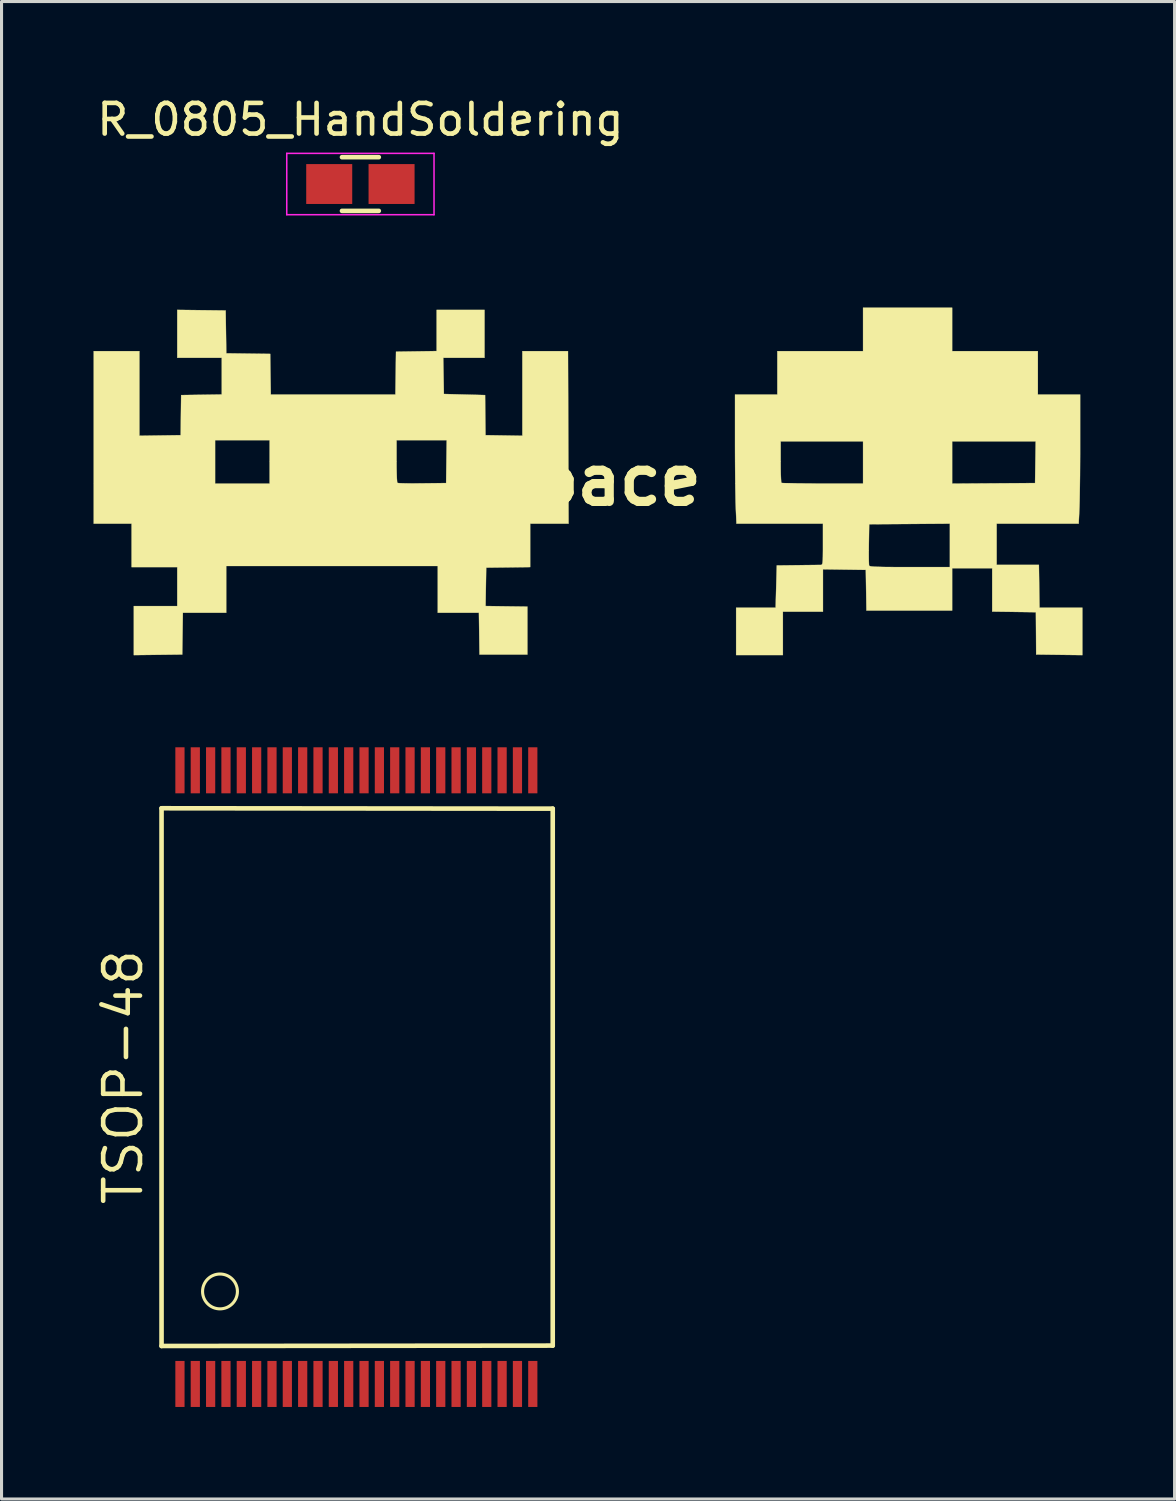
<source format=kicad_pcb>
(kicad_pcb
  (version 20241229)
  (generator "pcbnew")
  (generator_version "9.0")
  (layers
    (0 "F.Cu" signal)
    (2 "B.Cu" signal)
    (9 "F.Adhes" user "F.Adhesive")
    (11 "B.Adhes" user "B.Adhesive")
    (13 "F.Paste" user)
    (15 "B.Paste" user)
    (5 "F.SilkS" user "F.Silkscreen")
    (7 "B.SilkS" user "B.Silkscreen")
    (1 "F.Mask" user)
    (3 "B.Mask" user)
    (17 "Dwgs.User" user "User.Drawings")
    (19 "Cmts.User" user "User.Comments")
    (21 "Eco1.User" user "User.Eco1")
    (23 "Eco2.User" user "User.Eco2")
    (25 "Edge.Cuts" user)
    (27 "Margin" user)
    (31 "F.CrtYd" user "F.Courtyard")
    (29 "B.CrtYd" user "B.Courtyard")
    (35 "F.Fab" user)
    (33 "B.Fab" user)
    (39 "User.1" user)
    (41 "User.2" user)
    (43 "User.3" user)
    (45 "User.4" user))
  (footprint "space"
    (layer "F.Cu")
    (at 16.479 12.603)
    (property "Reference" "space" (at 0 0 0) (layer "F.SilkS") (effects (font (size 1.524 1.524) (thickness 0.3))))
    (attr through_hole)
    (fp_poly (pts (xy -12.174 -5.534) (xy -12.164 -4.836) (xy -12.154 -4.138) (xy -10.722 -4.118) (xy -10.713 -3.456) (xy -10.703 -2.794) (xy -6.642 -2.794) (xy -6.632 -3.493) (xy -6.622 -4.191) (xy -5.96 -4.201) (xy -5.298 -4.211) (xy -5.298 -5.552) (xy -3.737 -5.552) (xy -3.737 -3.991) (xy -5.082 -3.991) (xy -5.062 -2.812) (xy -3.719 -2.776) (xy -3.712 -2.123) (xy -3.705 -1.47) (xy -3.104 -1.46) (xy -2.504 -1.45) (xy -2.504 -4.209) (xy -1.017 -4.209) (xy -1.007 -1.397) (xy -0.998 1.415) (xy -1.624 1.415) (xy -2.25 1.415) (xy -2.25 2.829) (xy -2.966 2.839) (xy -3.683 2.848) (xy -3.693 3.474) (xy -3.703 4.099) (xy -3.022 4.109) (xy -2.34 4.118) (xy -2.34 5.679) (xy -3.901 5.679) (xy -3.92 4.318) (xy -5.261 4.318) (xy -5.261 2.794) (xy -12.156 2.794) (xy -12.156 4.318) (xy -13.569 4.318) (xy -13.579 4.998) (xy -13.589 5.679) (xy -15.167 5.698) (xy -15.167 4.1) (xy -13.752 4.1) (xy -13.752 2.83) (xy -15.24 2.83) (xy -15.24 1.415) (xy -16.474 1.415) (xy -16.474 -1.306) (xy -12.519 -1.306) (xy -12.519 0.109) (xy -10.741 0.109) (xy -10.741 -1.306) (xy -6.604 -1.306) (xy -6.604 -0.623) (xy -6.603 -0.407) (xy -6.599 -0.217) (xy -6.594 -0.063) (xy -6.587 0.041) (xy -6.579 0.085) (xy -6.579 0.085) (xy -6.537 0.092) (xy -6.433 0.097) (xy -6.279 0.101) (xy -6.084 0.102) (xy -5.861 0.101) (xy -5.772 0.1) (xy -4.989 0.091) (xy -4.97 -1.306) (xy -6.604 -1.306) (xy -10.741 -1.306) (xy -12.519 -1.306) (xy -16.474 -1.306) (xy -16.474 -4.209) (xy -14.986 -4.209) (xy -14.986 -1.45) (xy -14.313 -1.46) (xy -13.64 -1.47) (xy -13.633 -2.123) (xy -13.625 -2.776) (xy -12.301 -2.796) (xy -12.301 -3.991) (xy -13.752 -3.991) (xy -13.752 -5.553) (xy -12.174 -5.534)) (stroke (width 0.01) (type solid)) (fill yes) (layer "F.SilkS"))
    (fp_poly (pts (xy 11.503 -4.209) (xy 14.297 -4.209) (xy 14.297 -2.794) (xy 15.675 -2.794) (xy 15.675 -1.206) (xy 15.675 -0.85) (xy 15.673 -0.497) (xy 15.671 -0.157) (xy 15.667 0.158) (xy 15.663 0.437) (xy 15.659 0.67) (xy 15.654 0.846) (xy 15.652 0.898) (xy 15.628 1.415) (xy 12.954 1.415) (xy 12.954 2.758) (xy 14.331 2.758) (xy 14.351 4.155) (xy 15.748 4.155) (xy 15.748 4.927) (xy 15.748 5.698) (xy 14.995 5.689) (xy 14.242 5.679) (xy 14.238 4.989) (xy 14.233 4.3) (xy 13.521 4.29) (xy 12.809 4.28) (xy 12.809 2.867) (xy 11.503 2.867) (xy 11.503 4.245) (xy 8.71 4.245) (xy 8.69 2.921) (xy 7.293 2.901) (xy 7.293 4.282) (xy 5.987 4.282) (xy 5.987 5.697) (xy 4.463 5.697) (xy 4.463 4.926) (xy 4.463 4.155) (xy 5.751 4.155) (xy 5.769 3.465) (xy 5.788 2.776) (xy 6.477 2.768) (xy 6.697 2.765) (xy 6.895 2.763) (xy 7.058 2.761) (xy 7.174 2.76) (xy 7.23 2.759) (xy 7.23 2.759) (xy 7.252 2.753) (xy 7.269 2.731) (xy 7.28 2.682) (xy 7.287 2.597) (xy 7.291 2.486) (xy 8.787 2.486) (xy 8.789 2.639) (xy 8.793 2.743) (xy 8.797 2.784) (xy 8.817 2.796) (xy 8.867 2.807) (xy 8.956 2.815) (xy 9.088 2.821) (xy 9.27 2.826) (xy 9.507 2.828) (xy 9.806 2.83) (xy 10.123 2.83) (xy 11.43 2.83) (xy 11.43 1.414) (xy 10.115 1.424) (xy 8.799 1.433) (xy 8.789 2.085) (xy 8.787 2.298) (xy 8.787 2.486) (xy 7.291 2.486) (xy 7.291 2.466) (xy 7.293 2.28) (xy 7.293 2.086) (xy 7.293 1.415) (xy 4.474 1.415) (xy 4.451 0.865) (xy 4.445 0.706) (xy 4.441 0.486) (xy 4.436 0.217) (xy 4.433 -0.092) (xy 4.43 -0.427) (xy 4.428 -0.778) (xy 4.427 -1.134) (xy 4.427 -1.239) (xy 4.427 -1.27) (xy 5.915 -1.27) (xy 5.915 -0.605) (xy 5.916 -0.392) (xy 5.919 -0.205) (xy 5.925 -0.055) (xy 5.931 0.046) (xy 5.939 0.085) (xy 5.979 0.09) (xy 6.084 0.095) (xy 6.245 0.1) (xy 6.454 0.104) (xy 6.702 0.106) (xy 6.982 0.108) (xy 7.281 0.109) (xy 8.6 0.109) (xy 8.6 -1.27) (xy 11.503 -1.27) (xy 11.503 0.11) (xy 12.854 0.1) (xy 14.206 0.091) (xy 14.216 -0.59) (xy 14.226 -1.27) (xy 11.503 -1.27) (xy 8.6 -1.27) (xy 5.915 -1.27) (xy 4.427 -1.27) (xy 4.427 -2.794) (xy 5.806 -2.794) (xy 5.806 -4.209) (xy 8.6 -4.209) (xy 8.6 -5.624) (xy 11.503 -5.624) (xy 11.503 -4.209)) (stroke (width 0.01) (type solid)) (fill yes) (layer "F.SilkS")))
  (footprint "R_0805_HandSoldering"
    (layer "F.Cu")
    (at 8.696 2.948)
    (property "Reference" "R_0805_HandSoldering" (at 0 -2.1 0) (layer "F.SilkS") (effects (font (size 1 1) (thickness 0.15))))
    (attr smd)
    (fp_line (start -0.6 -0.875) (end 0.6 -0.875) (stroke (width 0.15) (type solid)) (layer "F.SilkS"))
    (fp_line (start 0.6 0.875) (end -0.6 0.875) (stroke (width 0.15) (type solid)) (layer "F.SilkS"))
    (fp_line (start -2.4 -1) (end -2.4 1) (stroke (width 0.05) (type solid)) (layer "F.CrtYd"))
    (fp_line (start -2.4 -1) (end 2.4 -1) (stroke (width 0.05) (type solid)) (layer "F.CrtYd"))
    (fp_line (start -2.4 1) (end 2.4 1) (stroke (width 0.05) (type solid)) (layer "F.CrtYd"))
    (fp_line (start 2.4 -1) (end 2.4 1) (stroke (width 0.05) (type solid)) (layer "F.CrtYd"))
    (pad "1" smd rect (at -1.016 0) (size 1.5 1.3) (layers "F.Cu" "F.Mask" "F.Paste"))
    (pad "2" smd rect (at 1.016 0) (size 1.5 1.3) (layers "F.Cu" "F.Mask" "F.Paste")))
  (footprint "TSOP-48"
    (layer "F.Cu")
    (at 8.565 32.056)
    (property "Reference" "TSOP-48" (at -7.6 0 90) (layer "F.SilkS") (effects (font (size 1.2 1.2) (thickness 0.15))))
    (attr through_hole)
    (fp_line (start -6.35 -8.763) (end -6.35 8.763) (stroke (width 0.15) (type solid)) (layer "F.SilkS"))
    (fp_line (start -6.35 8.763) (end 6.4 8.75) (stroke (width 0.15) (type solid)) (layer "F.SilkS"))
    (fp_line (start 6.4 -8.75) (end -6.35 -8.763) (stroke (width 0.15) (type solid)) (layer "F.SilkS"))
    (fp_line (start 6.4 8.75) (end 6.4 -8.75) (stroke (width 0.15) (type solid)) (layer "F.SilkS"))
    (fp_circle (center -4.445 6.985) (end -4.191 6.477) (stroke (width 0.1) (type solid)) (fill no) (layer "F.SilkS"))
    (pad "1" smd rect (at -5.75 10) (size 0.3 1.5) (layers "F.Cu" "F.Mask" "F.Paste"))
    (pad "2" smd rect (at -5.25 10) (size 0.3 1.5) (layers "F.Cu" "F.Mask" "F.Paste"))
    (pad "3" smd rect (at -4.75 10) (size 0.3 1.5) (layers "F.Cu" "F.Mask" "F.Paste"))
    (pad "4" smd rect (at -4.25 10) (size 0.3 1.5) (layers "F.Cu" "F.Mask" "F.Paste"))
    (pad "5" smd rect (at -3.75 10) (size 0.3 1.5) (layers "F.Cu" "F.Mask" "F.Paste"))
    (pad "6" smd rect (at -3.25 10) (size 0.3 1.5) (layers "F.Cu" "F.Mask" "F.Paste"))
    (pad "7" smd rect (at -2.75 10) (size 0.3 1.5) (layers "F.Cu" "F.Mask" "F.Paste"))
    (pad "8" smd rect (at -2.25 10) (size 0.3 1.5) (layers "F.Cu" "F.Mask" "F.Paste"))
    (pad "9" smd rect (at -1.75 10) (size 0.3 1.5) (layers "F.Cu" "F.Mask" "F.Paste"))
    (pad "10" smd rect (at -1.25 10) (size 0.3 1.5) (layers "F.Cu" "F.Mask" "F.Paste"))
    (pad "11" smd rect (at -0.75 10) (size 0.3 1.5) (layers "F.Cu" "F.Mask" "F.Paste"))
    (pad "12" smd rect (at -0.25 10) (size 0.3 1.5) (layers "F.Cu" "F.Mask" "F.Paste"))
    (pad "13" smd rect (at 0.25 10) (size 0.3 1.5) (layers "F.Cu" "F.Mask" "F.Paste"))
    (pad "14" smd rect (at 0.75 10) (size 0.3 1.5) (layers "F.Cu" "F.Mask" "F.Paste"))
    (pad "15" smd rect (at 1.25 10) (size 0.3 1.5) (layers "F.Cu" "F.Mask" "F.Paste"))
    (pad "16" smd rect (at 1.75 10) (size 0.3 1.5) (layers "F.Cu" "F.Mask" "F.Paste"))
    (pad "17" smd rect (at 2.25 10) (size 0.3 1.5) (layers "F.Cu" "F.Mask" "F.Paste"))
    (pad "18" smd rect (at 2.75 10) (size 0.3 1.5) (layers "F.Cu" "F.Mask" "F.Paste"))
    (pad "19" smd rect (at 3.25 10) (size 0.3 1.5) (layers "F.Cu" "F.Mask" "F.Paste"))
    (pad "20" smd rect (at 3.75 10) (size 0.3 1.5) (layers "F.Cu" "F.Mask" "F.Paste"))
    (pad "21" smd rect (at 4.25 10) (size 0.3 1.5) (layers "F.Cu" "F.Mask" "F.Paste"))
    (pad "22" smd rect (at 4.75 10) (size 0.3 1.5) (layers "F.Cu" "F.Mask" "F.Paste"))
    (pad "23" smd rect (at 5.25 10) (size 0.3 1.5) (layers "F.Cu" "F.Mask" "F.Paste"))
    (pad "24" smd rect (at 5.75 10) (size 0.3 1.5) (layers "F.Cu" "F.Mask" "F.Paste"))
    (pad "25" smd rect (at 5.75 -10) (size 0.3 1.5) (layers "F.Cu" "F.Mask" "F.Paste"))
    (pad "26" smd rect (at 5.25 -10) (size 0.3 1.5) (layers "F.Cu" "F.Mask" "F.Paste"))
    (pad "27" smd rect (at 4.75 -10) (size 0.3 1.5) (layers "F.Cu" "F.Mask" "F.Paste"))
    (pad "28" smd rect (at 4.25 -10) (size 0.3 1.5) (layers "F.Cu" "F.Mask" "F.Paste"))
    (pad "29" smd rect (at 3.75 -10) (size 0.3 1.5) (layers "F.Cu" "F.Mask" "F.Paste"))
    (pad "30" smd rect (at 3.25 -10) (size 0.3 1.5) (layers "F.Cu" "F.Mask" "F.Paste"))
    (pad "31" smd rect (at 2.75 -10) (size 0.3 1.5) (layers "F.Cu" "F.Mask" "F.Paste"))
    (pad "32" smd rect (at 2.25 -10) (size 0.3 1.5) (layers "F.Cu" "F.Mask" "F.Paste"))
    (pad "33" smd rect (at 1.75 -10) (size 0.3 1.5) (layers "F.Cu" "F.Mask" "F.Paste"))
    (pad "34" smd rect (at 1.25 -10) (size 0.3 1.5) (layers "F.Cu" "F.Mask" "F.Paste"))
    (pad "35" smd rect (at 0.75 -10) (size 0.3 1.5) (layers "F.Cu" "F.Mask" "F.Paste"))
    (pad "36" smd rect (at 0.25 -10) (size 0.3 1.5) (layers "F.Cu" "F.Mask" "F.Paste"))
    (pad "37" smd rect (at -0.25 -10) (size 0.3 1.5) (layers "F.Cu" "F.Mask" "F.Paste"))
    (pad "38" smd rect (at -0.75 -10) (size 0.3 1.5) (layers "F.Cu" "F.Mask" "F.Paste"))
    (pad "39" smd rect (at -1.25 -10) (size 0.3 1.5) (layers "F.Cu" "F.Mask" "F.Paste"))
    (pad "40" smd rect (at -1.75 -10) (size 0.3 1.5) (layers "F.Cu" "F.Mask" "F.Paste"))
    (pad "41" smd rect (at -2.25 -10) (size 0.3 1.5) (layers "F.Cu" "F.Mask" "F.Paste"))
    (pad "42" smd rect (at -2.75 -10) (size 0.3 1.5) (layers "F.Cu" "F.Mask" "F.Paste"))
    (pad "43" smd rect (at -3.25 -10) (size 0.3 1.5) (layers "F.Cu" "F.Mask" "F.Paste"))
    (pad "44" smd rect (at -3.75 -10) (size 0.3 1.5) (layers "F.Cu" "F.Mask" "F.Paste"))
    (pad "45" smd rect (at -4.25 -10) (size 0.3 1.5) (layers "F.Cu" "F.Mask" "F.Paste"))
    (pad "46" smd rect (at -4.75 -10) (size 0.3 1.5) (layers "F.Cu" "F.Mask" "F.Paste"))
    (pad "47" smd rect (at -5.25 -10) (size 0.3 1.5) (layers "F.Cu" "F.Mask" "F.Paste"))
    (pad "48" smd rect (at -5.75 -10) (size 0.3 1.5) (layers "F.Cu" "F.Mask" "F.Paste")))
  (gr_rect
    (start -3 -3)
    (end 35.232 45.806)
    (stroke (width 0.1) (type default))
    (fill no)
    (layer "Edge.Cuts")))
</source>
